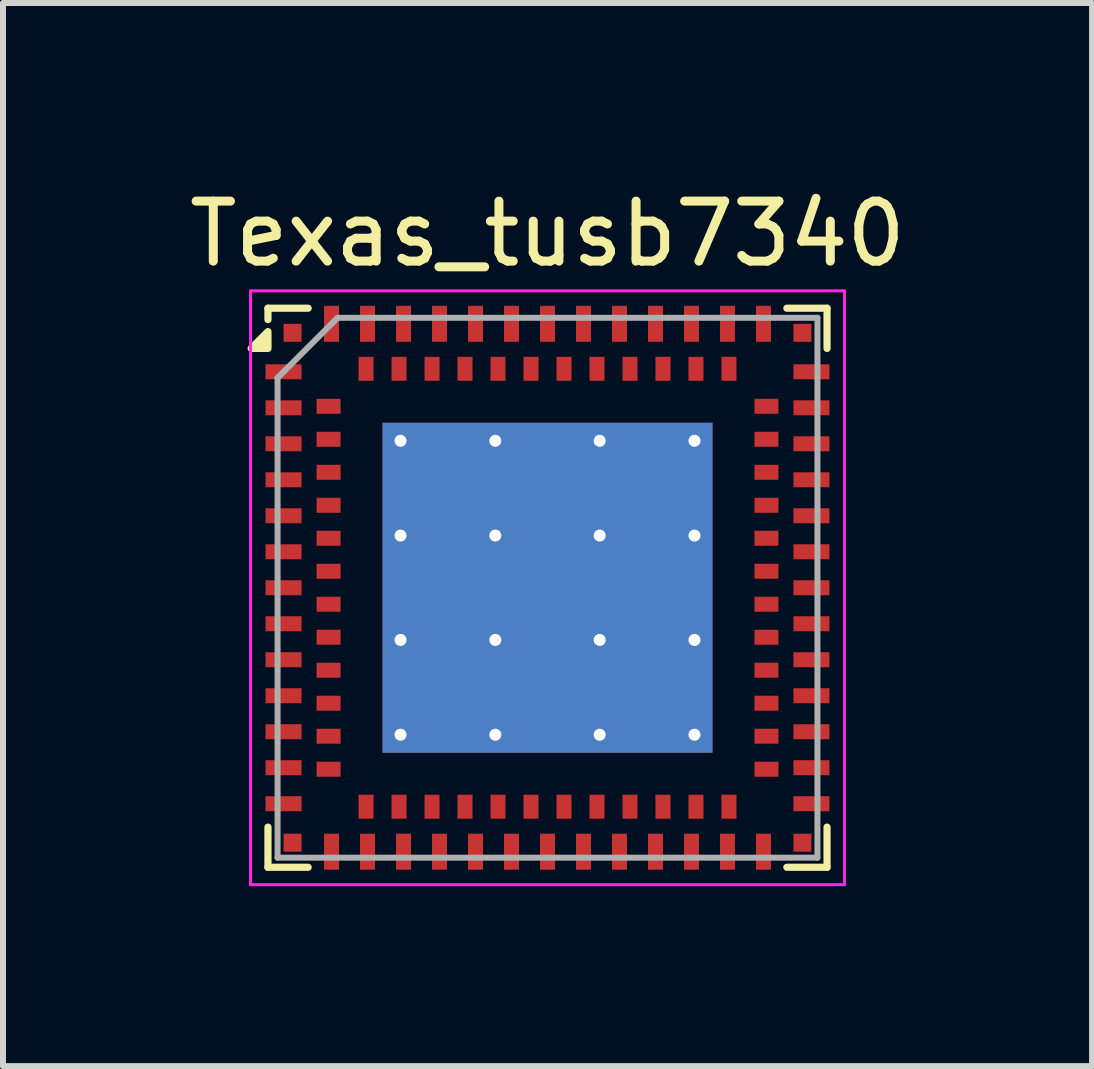
<source format=kicad_pcb>
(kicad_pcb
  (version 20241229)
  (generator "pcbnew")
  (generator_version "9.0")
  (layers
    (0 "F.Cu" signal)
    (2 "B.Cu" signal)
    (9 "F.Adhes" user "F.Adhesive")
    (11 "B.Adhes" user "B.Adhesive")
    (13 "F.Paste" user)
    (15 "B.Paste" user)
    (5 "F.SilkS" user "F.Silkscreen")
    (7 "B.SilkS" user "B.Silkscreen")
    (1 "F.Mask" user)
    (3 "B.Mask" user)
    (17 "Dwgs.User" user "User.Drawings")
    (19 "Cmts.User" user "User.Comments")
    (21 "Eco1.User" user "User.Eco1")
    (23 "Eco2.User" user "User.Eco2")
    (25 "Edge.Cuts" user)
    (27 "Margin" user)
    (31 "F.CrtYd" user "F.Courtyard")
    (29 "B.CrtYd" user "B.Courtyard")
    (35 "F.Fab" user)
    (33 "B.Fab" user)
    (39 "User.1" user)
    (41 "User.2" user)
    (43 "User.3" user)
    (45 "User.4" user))
  (footprint "Texas_tusb7340"
    (layer "F.Cu")
    (at 6.077 6.748)
    (property "Reference" "Texas_tusb7340" (at 0 -5.9 0) (layer "F.SilkS") (effects (font (size 1 1) (thickness 0.15))))
    (attr smd)
    (fp_line (start -4.66 -4.66) (end -3.99 -4.66) (stroke (width 0.12) (type solid)) (layer "F.SilkS"))
    (fp_line (start -4.66 -4.47) (end -4.66 -4.66) (stroke (width 0.12) (type solid)) (layer "F.SilkS"))
    (fp_line (start -4.66 3.99) (end -4.66 4.66) (stroke (width 0.12) (type solid)) (layer "F.SilkS"))
    (fp_line (start -4.66 4.66) (end -3.99 4.66) (stroke (width 0.12) (type solid)) (layer "F.SilkS"))
    (fp_line (start 4.66 -4.66) (end 3.99 -4.66) (stroke (width 0.12) (type solid)) (layer "F.SilkS"))
    (fp_line (start 4.66 -3.99) (end 4.66 -4.66) (stroke (width 0.12) (type solid)) (layer "F.SilkS"))
    (fp_line (start 4.66 3.99) (end 4.66 4.66) (stroke (width 0.12) (type solid)) (layer "F.SilkS"))
    (fp_line (start 4.66 4.66) (end 3.99 4.66) (stroke (width 0.12) (type solid)) (layer "F.SilkS"))
    (fp_poly (pts (xy -4.66 -3.99) (xy -4.94 -3.99) (xy -4.66 -4.27) (xy -4.66 -3.99)) (stroke (width 0.12) (type solid)) (fill yes) (layer "F.SilkS"))
    (fp_line (start -4.95 -4.95) (end 4.95 -4.95) (stroke (width 0.05) (type solid)) (layer "F.CrtYd"))
    (fp_line (start -4.95 4.95) (end -4.95 -4.95) (stroke (width 0.05) (type solid)) (layer "F.CrtYd"))
    (fp_line (start 4.95 -4.95) (end 4.95 4.95) (stroke (width 0.05) (type solid)) (layer "F.CrtYd"))
    (fp_line (start 4.95 4.95) (end -4.95 4.95) (stroke (width 0.05) (type solid)) (layer "F.CrtYd"))
    (fp_line (start -4.5 -3.5) (end -4.5 4.5) (stroke (width 0.1) (type solid)) (layer "F.Fab"))
    (fp_line (start -4.5 4.5) (end 4.5 4.5) (stroke (width 0.1) (type solid)) (layer "F.Fab"))
    (fp_line (start -3.5 -4.5) (end -4.5 -3.5) (stroke (width 0.1) (type default)) (layer "F.Fab"))
    (fp_line (start -3.5 -4.5) (end 4.5 -4.5) (stroke (width 0.1) (type solid)) (layer "F.Fab"))
    (fp_line (start 4.5 -4.5) (end 4.5 4.5) (stroke (width 0.1) (type solid)) (layer "F.Fab"))
    (pad "" smd rect (at -1.66 -1.66) (size 1.5 1.5) (layers "F.Paste"))
    (pad "" smd rect (at -1.66 0) (size 1.5 1.5) (layers "F.Paste"))
    (pad "" smd rect (at -1.66 1.66) (size 1.5 1.5) (layers "F.Paste"))
    (pad "" smd rect (at 0 -1.66) (size 1.5 1.5) (layers "F.Paste"))
    (pad "" smd rect (at 0 0) (size 1.5 1.5) (layers "F.Paste"))
    (pad "" smd rect (at 0 1.66) (size 1.5 1.5) (layers "F.Paste"))
    (pad "" smd rect (at 1.66 -1.66) (size 1.5 1.5) (layers "F.Paste"))
    (pad "" smd rect (at 1.66 0) (size 1.5 1.5) (layers "F.Paste"))
    (pad "" smd rect (at 1.66 1.66) (size 1.5 1.5) (layers "F.Paste"))
    (pad "A1" smd rect (at -4.4 -3.6 90) (size 0.25 0.6) (layers "F.Cu" "F.Mask" "F.Paste"))
    (pad "A2" smd rect (at -4.4 -3 90) (size 0.25 0.6) (layers "F.Cu" "F.Mask" "F.Paste"))
    (pad "A3" smd rect (at -4.4 -2.4 90) (size 0.25 0.6) (layers "F.Cu" "F.Mask" "F.Paste"))
    (pad "A4" smd rect (at -4.4 -1.8 90) (size 0.25 0.6) (layers "F.Cu" "F.Mask" "F.Paste"))
    (pad "A5" smd rect (at -4.4 -1.2 90) (size 0.25 0.6) (layers "F.Cu" "F.Mask" "F.Paste"))
    (pad "A6" smd rect (at -4.4 -0.6 90) (size 0.25 0.6) (layers "F.Cu" "F.Mask" "F.Paste"))
    (pad "A7" smd rect (at -4.4 0 90) (size 0.25 0.6) (layers "F.Cu" "F.Mask" "F.Paste"))
    (pad "A8" smd rect (at -4.4 0.6 90) (size 0.25 0.6) (layers "F.Cu" "F.Mask" "F.Paste"))
    (pad "A9" smd rect (at -4.4 1.2 90) (size 0.25 0.6) (layers "F.Cu" "F.Mask" "F.Paste"))
    (pad "A10" smd rect (at -4.4 1.8 90) (size 0.25 0.6) (layers "F.Cu" "F.Mask" "F.Paste"))
    (pad "A11" smd rect (at -4.4 2.4 90) (size 0.25 0.6) (layers "F.Cu" "F.Mask" "F.Paste"))
    (pad "A12" smd rect (at -4.4 3 90) (size 0.25 0.6) (layers "F.Cu" "F.Mask" "F.Paste"))
    (pad "A13" smd rect (at -4.4 3.6 90) (size 0.25 0.6) (layers "F.Cu" "F.Mask" "F.Paste"))
    (pad "A14" smd rect (at -3.6 4.4) (size 0.25 0.6) (layers "F.Cu" "F.Mask" "F.Paste"))
    (pad "A15" smd rect (at -3 4.4) (size 0.25 0.6) (layers "F.Cu" "F.Mask" "F.Paste"))
    (pad "A16" smd rect (at -2.4 4.4) (size 0.25 0.6) (layers "F.Cu" "F.Mask" "F.Paste"))
    (pad "A17" smd rect (at -1.8 4.4) (size 0.25 0.6) (layers "F.Cu" "F.Mask" "F.Paste"))
    (pad "A18" smd rect (at -1.2 4.4) (size 0.25 0.6) (layers "F.Cu" "F.Mask" "F.Paste"))
    (pad "A19" smd rect (at -0.6 4.4) (size 0.25 0.6) (layers "F.Cu" "F.Mask" "F.Paste"))
    (pad "A20" smd rect (at 0 4.4) (size 0.25 0.6) (layers "F.Cu" "F.Mask" "F.Paste"))
    (pad "A21" smd rect (at 0.6 4.4) (size 0.25 0.6) (layers "F.Cu" "F.Mask" "F.Paste"))
    (pad "A22" smd rect (at 1.2 4.4) (size 0.25 0.6) (layers "F.Cu" "F.Mask" "F.Paste"))
    (pad "A23" smd rect (at 1.8 4.4) (size 0.25 0.6) (layers "F.Cu" "F.Mask" "F.Paste"))
    (pad "A24" smd rect (at 2.4 4.4) (size 0.25 0.6) (layers "F.Cu" "F.Mask" "F.Paste"))
    (pad "A25" smd rect (at 3 4.4) (size 0.25 0.6) (layers "F.Cu" "F.Mask" "F.Paste"))
    (pad "A26" smd rect (at 3.6 4.4) (size 0.25 0.6) (layers "F.Cu" "F.Mask" "F.Paste"))
    (pad "A27" smd rect (at 4.4 3.6 90) (size 0.25 0.6) (layers "F.Cu" "F.Mask" "F.Paste"))
    (pad "A28" smd rect (at 4.4 3 90) (size 0.25 0.6) (layers "F.Cu" "F.Mask" "F.Paste"))
    (pad "A29" smd rect (at 4.4 2.4 90) (size 0.25 0.6) (layers "F.Cu" "F.Mask" "F.Paste"))
    (pad "A30" smd rect (at 4.4 1.8 90) (size 0.25 0.6) (layers "F.Cu" "F.Mask" "F.Paste"))
    (pad "A31" smd rect (at 4.4 1.2 90) (size 0.25 0.6) (layers "F.Cu" "F.Mask" "F.Paste"))
    (pad "A32" smd rect (at 4.4 0.6 90) (size 0.25 0.6) (layers "F.Cu" "F.Mask" "F.Paste"))
    (pad "A33" smd rect (at 4.4 0 90) (size 0.25 0.6) (layers "F.Cu" "F.Mask" "F.Paste"))
    (pad "A34" smd rect (at 4.4 -0.6 90) (size 0.25 0.6) (layers "F.Cu" "F.Mask" "F.Paste"))
    (pad "A35" smd rect (at 4.4 -1.2 90) (size 0.25 0.6) (layers "F.Cu" "F.Mask" "F.Paste"))
    (pad "A36" smd rect (at 4.4 -1.8 90) (size 0.25 0.6) (layers "F.Cu" "F.Mask" "F.Paste"))
    (pad "A37" smd rect (at 4.4 -2.4 90) (size 0.25 0.6) (layers "F.Cu" "F.Mask" "F.Paste"))
    (pad "A38" smd rect (at 4.4 -3 90) (size 0.25 0.6) (layers "F.Cu" "F.Mask" "F.Paste"))
    (pad "A39" smd rect (at 4.4 -3.6 90) (size 0.25 0.6) (layers "F.Cu" "F.Mask" "F.Paste"))
    (pad "A40" smd rect (at 3.6 -4.4) (size 0.25 0.6) (layers "F.Cu" "F.Mask" "F.Paste"))
    (pad "A41" smd rect (at 3 -4.4) (size 0.25 0.6) (layers "F.Cu" "F.Mask" "F.Paste"))
    (pad "A42" smd rect (at 2.4 -4.4) (size 0.25 0.6) (layers "F.Cu" "F.Mask" "F.Paste"))
    (pad "A43" smd rect (at 1.8 -4.4) (size 0.25 0.6) (layers "F.Cu" "F.Mask" "F.Paste"))
    (pad "A44" smd rect (at 1.2 -4.4) (size 0.25 0.6) (layers "F.Cu" "F.Mask" "F.Paste"))
    (pad "A45" smd rect (at 0.6 -4.4) (size 0.25 0.6) (layers "F.Cu" "F.Mask" "F.Paste"))
    (pad "A46" smd rect (at 0 -4.4) (size 0.25 0.6) (layers "F.Cu" "F.Mask" "F.Paste"))
    (pad "A47" smd rect (at -0.6 -4.4) (size 0.25 0.6) (layers "F.Cu" "F.Mask" "F.Paste"))
    (pad "A48" smd rect (at -1.2 -4.4) (size 0.25 0.6) (layers "F.Cu" "F.Mask" "F.Paste"))
    (pad "A49" smd rect (at -1.8 -4.4) (size 0.25 0.6) (layers "F.Cu" "F.Mask" "F.Paste"))
    (pad "A50" smd rect (at -2.4 -4.4) (size 0.25 0.6) (layers "F.Cu" "F.Mask" "F.Paste"))
    (pad "A51" smd rect (at -3 -4.4) (size 0.25 0.6) (layers "F.Cu" "F.Mask" "F.Paste"))
    (pad "A52" smd rect (at -3.6 -4.4) (size 0.25 0.6) (layers "F.Cu" "F.Mask" "F.Paste"))
    (pad "A53" thru_hole circle (at -2.45 -2.45) (size 0.5 0.5) (drill 0.2) (layers "*.Cu"))
    (pad "A53" thru_hole circle (at -2.45 -0.87) (size 0.5 0.5) (drill 0.2) (layers "*.Cu"))
    (pad "A53" thru_hole circle (at -2.45 0.87) (size 0.5 0.5) (drill 0.2) (layers "*.Cu"))
    (pad "A53" thru_hole circle (at -2.45 2.45) (size 0.5 0.5) (drill 0.2) (layers "*.Cu"))
    (pad "A53" thru_hole circle (at -0.87 -2.45) (size 0.5 0.5) (drill 0.2) (layers "*.Cu"))
    (pad "A53" thru_hole circle (at -0.87 -0.87) (size 0.5 0.5) (drill 0.2) (layers "*.Cu"))
    (pad "A53" thru_hole circle (at -0.87 0.87) (size 0.5 0.5) (drill 0.2) (layers "*.Cu"))
    (pad "A53" thru_hole circle (at -0.87 2.45) (size 0.5 0.5) (drill 0.2) (layers "*.Cu"))
    (pad "A53" smd rect (at 0 0) (size 5.5 5.5) (layers "F.Cu" "F.Mask"))
    (pad "A53" smd rect (at 0 0) (size 5.5 5.5) (layers "B.Cu"))
    (pad "A53" thru_hole circle (at 0.87 -2.45) (size 0.5 0.5) (drill 0.2) (layers "*.Cu"))
    (pad "A53" thru_hole circle (at 0.87 -0.87) (size 0.5 0.5) (drill 0.2) (layers "*.Cu"))
    (pad "A53" thru_hole circle (at 0.87 0.87) (size 0.5 0.5) (drill 0.2) (layers "*.Cu"))
    (pad "A53" thru_hole circle (at 0.87 2.45) (size 0.5 0.5) (drill 0.2) (layers "*.Cu"))
    (pad "A53" thru_hole circle (at 2.45 -2.45) (size 0.5 0.5) (drill 0.2) (layers "*.Cu"))
    (pad "A53" thru_hole circle (at 2.45 -0.87) (size 0.5 0.5) (drill 0.2) (layers "*.Cu"))
    (pad "A53" thru_hole circle (at 2.45 0.87) (size 0.5 0.5) (drill 0.2) (layers "*.Cu"))
    (pad "A53" thru_hole circle (at 2.45 2.45) (size 0.5 0.5) (drill 0.2) (layers "*.Cu"))
    (pad "B1" smd rect (at -3.65 -3.025 90) (size 0.25 0.4) (layers "F.Cu" "F.Mask" "F.Paste"))
    (pad "B2" smd rect (at -3.65 -2.475 90) (size 0.25 0.4) (layers "F.Cu" "F.Mask" "F.Paste"))
    (pad "B3" smd rect (at -3.65 -1.925 90) (size 0.25 0.4) (layers "F.Cu" "F.Mask" "F.Paste"))
    (pad "B4" smd rect (at -3.65 -1.375 90) (size 0.25 0.4) (layers "F.Cu" "F.Mask" "F.Paste"))
    (pad "B5" smd rect (at -3.65 -0.825 90) (size 0.25 0.4) (layers "F.Cu" "F.Mask" "F.Paste"))
    (pad "B6" smd rect (at -3.65 -0.275 90) (size 0.25 0.4) (layers "F.Cu" "F.Mask" "F.Paste"))
    (pad "B7" smd rect (at -3.65 0.275 90) (size 0.25 0.4) (layers "F.Cu" "F.Mask" "F.Paste"))
    (pad "B8" smd rect (at -3.65 0.825 90) (size 0.25 0.4) (layers "F.Cu" "F.Mask" "F.Paste"))
    (pad "B9" smd rect (at -3.65 1.375 90) (size 0.25 0.4) (layers "F.Cu" "F.Mask" "F.Paste"))
    (pad "B10" smd rect (at -3.65 1.925 90) (size 0.25 0.4) (layers "F.Cu" "F.Mask" "F.Paste"))
    (pad "B11" smd rect (at -3.65 2.475 90) (size 0.25 0.4) (layers "F.Cu" "F.Mask" "F.Paste"))
    (pad "B12" smd rect (at -3.65 3.025 90) (size 0.25 0.4) (layers "F.Cu" "F.Mask" "F.Paste"))
    (pad "B13" smd rect (at -3.025 3.65) (size 0.25 0.4) (layers "F.Cu" "F.Mask" "F.Paste"))
    (pad "B14" smd rect (at -2.475 3.65) (size 0.25 0.4) (layers "F.Cu" "F.Mask" "F.Paste"))
    (pad "B15" smd rect (at -1.925 3.65) (size 0.25 0.4) (layers "F.Cu" "F.Mask" "F.Paste"))
    (pad "B16" smd rect (at -1.375 3.65) (size 0.25 0.4) (layers "F.Cu" "F.Mask" "F.Paste"))
    (pad "B17" smd rect (at -0.825 3.65) (size 0.25 0.4) (layers "F.Cu" "F.Mask" "F.Paste"))
    (pad "B18" smd rect (at -0.275 3.65) (size 0.25 0.4) (layers "F.Cu" "F.Mask" "F.Paste"))
    (pad "B19" smd rect (at 0.275 3.65) (size 0.25 0.4) (layers "F.Cu" "F.Mask" "F.Paste"))
    (pad "B20" smd rect (at 0.825 3.65) (size 0.25 0.4) (layers "F.Cu" "F.Mask" "F.Paste"))
    (pad "B21" smd rect (at 1.375 3.65) (size 0.25 0.4) (layers "F.Cu" "F.Mask" "F.Paste"))
    (pad "B22" smd rect (at 1.925 3.65) (size 0.25 0.4) (layers "F.Cu" "F.Mask" "F.Paste"))
    (pad "B23" smd rect (at 2.475 3.65) (size 0.25 0.4) (layers "F.Cu" "F.Mask" "F.Paste"))
    (pad "B24" smd rect (at 3.025 3.65) (size 0.25 0.4) (layers "F.Cu" "F.Mask" "F.Paste"))
    (pad "B25" smd rect (at 3.65 3.025 90) (size 0.25 0.4) (layers "F.Cu" "F.Mask" "F.Paste"))
    (pad "B26" smd rect (at 3.65 2.475 90) (size 0.25 0.4) (layers "F.Cu" "F.Mask" "F.Paste"))
    (pad "B27" smd rect (at 3.65 1.925 90) (size 0.25 0.4) (layers "F.Cu" "F.Mask" "F.Paste"))
    (pad "B28" smd rect (at 3.65 1.375 90) (size 0.25 0.4) (layers "F.Cu" "F.Mask" "F.Paste"))
    (pad "B29" smd rect (at 3.65 0.825 90) (size 0.25 0.4) (layers "F.Cu" "F.Mask" "F.Paste"))
    (pad "B30" smd rect (at 3.65 0.275 90) (size 0.25 0.4) (layers "F.Cu" "F.Mask" "F.Paste"))
    (pad "B31" smd rect (at 3.65 -0.275 90) (size 0.25 0.4) (layers "F.Cu" "F.Mask" "F.Paste"))
    (pad "B32" smd rect (at 3.65 -0.825 90) (size 0.25 0.4) (layers "F.Cu" "F.Mask" "F.Paste"))
    (pad "B33" smd rect (at 3.65 -1.375 90) (size 0.25 0.4) (layers "F.Cu" "F.Mask" "F.Paste"))
    (pad "B34" smd rect (at 3.65 -1.925 90) (size 0.25 0.4) (layers "F.Cu" "F.Mask" "F.Paste"))
    (pad "B35" smd rect (at 3.65 -2.475 90) (size 0.25 0.4) (layers "F.Cu" "F.Mask" "F.Paste"))
    (pad "B36" smd rect (at 3.65 -3.025 90) (size 0.25 0.4) (layers "F.Cu" "F.Mask" "F.Paste"))
    (pad "B37" smd rect (at 3.025 -3.65) (size 0.25 0.4) (layers "F.Cu" "F.Mask" "F.Paste"))
    (pad "B38" smd rect (at 2.475 -3.65) (size 0.25 0.4) (layers "F.Cu" "F.Mask" "F.Paste"))
    (pad "B39" smd rect (at 1.925 -3.65) (size 0.25 0.4) (layers "F.Cu" "F.Mask" "F.Paste"))
    (pad "B40" smd rect (at 1.375 -3.65) (size 0.25 0.4) (layers "F.Cu" "F.Mask" "F.Paste"))
    (pad "B41" smd rect (at 0.825 -3.65) (size 0.25 0.4) (layers "F.Cu" "F.Mask" "F.Paste"))
    (pad "B42" smd rect (at 0.275 -3.65) (size 0.25 0.4) (layers "F.Cu" "F.Mask" "F.Paste"))
    (pad "B43" smd rect (at -0.275 -3.65) (size 0.25 0.4) (layers "F.Cu" "F.Mask" "F.Paste"))
    (pad "B44" smd rect (at -0.825 -3.65) (size 0.25 0.4) (layers "F.Cu" "F.Mask" "F.Paste"))
    (pad "B45" smd rect (at -1.375 -3.65) (size 0.25 0.4) (layers "F.Cu" "F.Mask" "F.Paste"))
    (pad "B46" smd rect (at -1.925 -3.65) (size 0.25 0.4) (layers "F.Cu" "F.Mask" "F.Paste"))
    (pad "B47" smd rect (at -2.475 -3.65) (size 0.25 0.4) (layers "F.Cu" "F.Mask" "F.Paste"))
    (pad "B48" smd rect (at -3.025 -3.65) (size 0.25 0.4) (layers "F.Cu" "F.Mask" "F.Paste"))
    (pad "C1" smd rect (at -4.25 -4.25) (size 0.3 0.3) (layers "F.Cu" "F.Mask" "F.Paste"))
    (pad "C2" smd rect (at -4.25 4.25) (size 0.3 0.3) (layers "F.Cu" "F.Mask" "F.Paste"))
    (pad "C3" smd rect (at 4.25 4.25) (size 0.3 0.3) (layers "F.Cu" "F.Mask" "F.Paste"))
    (pad "C4" smd rect (at 4.25 -4.25) (size 0.3 0.3) (layers "F.Cu" "F.Mask" "F.Paste")))
  (gr_rect
    (start -3 -3)
    (end 15.155 14.723)
    (stroke (width 0.1) (type default))
    (fill no)
    (layer "Edge.Cuts")))
</source>
